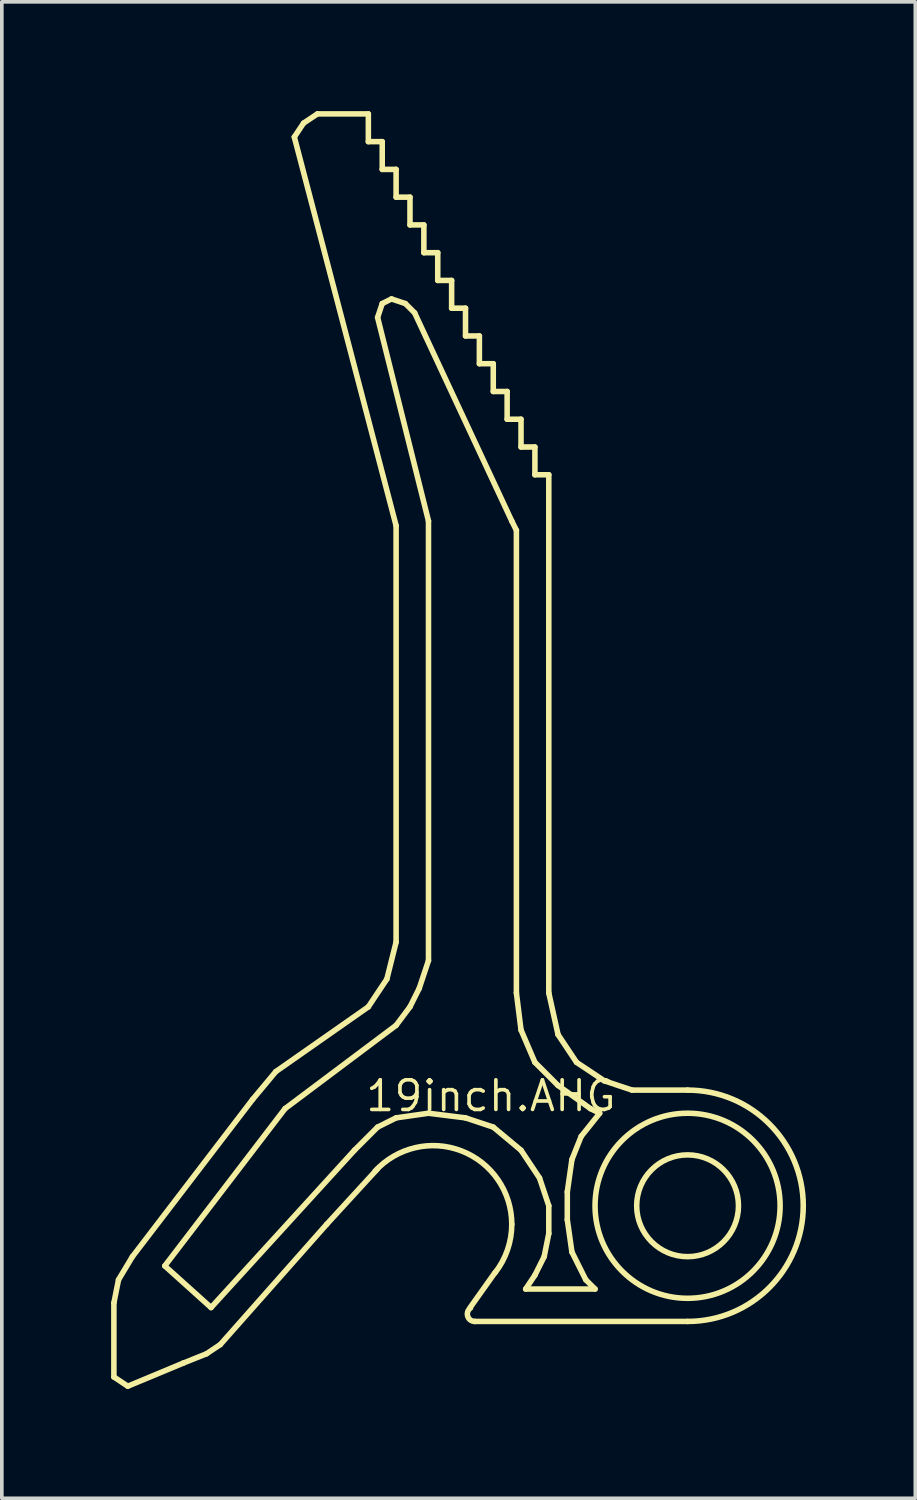
<source format=kicad_pcb>
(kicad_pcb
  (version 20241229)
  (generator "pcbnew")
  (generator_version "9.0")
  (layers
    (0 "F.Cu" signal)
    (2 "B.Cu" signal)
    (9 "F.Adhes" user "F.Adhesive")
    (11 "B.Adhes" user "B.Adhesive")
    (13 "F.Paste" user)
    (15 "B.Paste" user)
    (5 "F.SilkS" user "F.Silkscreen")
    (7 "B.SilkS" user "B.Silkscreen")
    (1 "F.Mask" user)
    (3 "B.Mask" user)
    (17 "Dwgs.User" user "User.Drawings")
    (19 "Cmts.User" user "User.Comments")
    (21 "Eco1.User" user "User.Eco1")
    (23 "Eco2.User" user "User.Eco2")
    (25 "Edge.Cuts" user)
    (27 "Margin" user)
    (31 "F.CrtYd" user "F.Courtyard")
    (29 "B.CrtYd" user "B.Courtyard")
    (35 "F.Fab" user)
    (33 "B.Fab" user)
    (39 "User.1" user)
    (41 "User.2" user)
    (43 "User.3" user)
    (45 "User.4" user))
  (footprint "19inch.AHG"
    (layer "F.Cu")
    (at 15.824 30.048)
    (property "Reference" "19inch.AHG" (at -8.89 -2.54 0) (layer "F.SilkS") (effects (font (size 0.813 0.813) (thickness 0.1)) (justify left bottom)))
    (fp_line (start -15.748 2.667) (end -15.621 2.032) (stroke (width 0.152) (type default)) (layer "F.SilkS"))
    (fp_line (start -15.748 4.699) (end -15.748 2.667) (stroke (width 0.152) (type default)) (layer "F.SilkS"))
    (fp_line (start -15.621 2.032) (end -15.24 1.397) (stroke (width 0.152) (type default)) (layer "F.SilkS"))
    (fp_line (start -15.367 4.953) (end -15.748 4.699) (stroke (width 0.152) (type default)) (layer "F.SilkS"))
    (fp_line (start -15.24 1.397) (end -11.938 -2.921) (stroke (width 0.152) (type default)) (layer "F.SilkS"))
    (fp_line (start -14.351 1.651) (end -11.049 -2.667) (stroke (width 0.152) (type default)) (layer "F.SilkS"))
    (fp_line (start -13.843 4.318) (end -15.367 4.953) (stroke (width 0.152) (type default)) (layer "F.SilkS"))
    (fp_line (start -13.208 4.064) (end -13.843 4.318) (stroke (width 0.152) (type default)) (layer "F.SilkS"))
    (fp_line (start -13.081 2.794) (end -14.351 1.651) (stroke (width 0.152) (type default)) (layer "F.SilkS"))
    (fp_line (start -13.081 2.794) (end -9.144 -1.524) (stroke (width 0.152) (type default)) (layer "F.SilkS"))
    (fp_line (start -12.827 3.81) (end -13.208 4.064) (stroke (width 0.152) (type default)) (layer "F.SilkS"))
    (fp_line (start -11.938 -2.921) (end -11.303 -3.683) (stroke (width 0.152) (type default)) (layer "F.SilkS"))
    (fp_line (start -11.303 -3.683) (end -8.763 -5.461) (stroke (width 0.152) (type default)) (layer "F.SilkS"))
    (fp_line (start -11.049 -2.667) (end -8.001 -4.953) (stroke (width 0.152) (type default)) (layer "F.SilkS"))
    (fp_line (start -10.795 -29.337) (end -8.001 -18.669) (stroke (width 0.152) (type default)) (layer "F.SilkS"))
    (fp_line (start -10.541 -29.718) (end -10.795 -29.337) (stroke (width 0.152) (type default)) (layer "F.SilkS"))
    (fp_line (start -10.16 -29.972) (end -10.541 -29.718) (stroke (width 0.152) (type default)) (layer "F.SilkS"))
    (fp_line (start -10.16 -29.972) (end -8.763 -29.972) (stroke (width 0.152) (type default)) (layer "F.SilkS"))
    (fp_line (start -9.906 0.508) (end -12.827 3.81) (stroke (width 0.152) (type default)) (layer "F.SilkS"))
    (fp_line (start -8.763 -29.972) (end -8.763 -29.21) (stroke (width 0.152) (type default)) (layer "F.SilkS"))
    (fp_line (start -8.763 -29.21) (end -8.382 -29.21) (stroke (width 0.152) (type default)) (layer "F.SilkS"))
    (fp_line (start -8.509 -24.384) (end -8.382 -24.765) (stroke (width 0.152) (type default)) (layer "F.SilkS"))
    (fp_line (start -8.509 -2.159) (end -9.144 -1.524) (stroke (width 0.152) (type default)) (layer "F.SilkS"))
    (fp_line (start -8.509 -1.016) (end -9.906 0.508) (stroke (width 0.152) (type default)) (layer "F.SilkS"))
    (fp_line (start -8.382 -29.21) (end -8.382 -28.448) (stroke (width 0.152) (type default)) (layer "F.SilkS"))
    (fp_line (start -8.382 -28.448) (end -8.001 -28.448) (stroke (width 0.152) (type default)) (layer "F.SilkS"))
    (fp_line (start -8.382 -24.765) (end -8.128 -24.892) (stroke (width 0.152) (type default)) (layer "F.SilkS"))
    (fp_line (start -8.255 -6.223) (end -8.763 -5.461) (stroke (width 0.152) (type default)) (layer "F.SilkS"))
    (fp_line (start -8.128 -24.892) (end -7.747 -24.765) (stroke (width 0.152) (type default)) (layer "F.SilkS"))
    (fp_line (start -8.001 -28.448) (end -8.001 -27.686) (stroke (width 0.152) (type default)) (layer "F.SilkS"))
    (fp_line (start -8.001 -27.686) (end -7.62 -27.686) (stroke (width 0.152) (type default)) (layer "F.SilkS"))
    (fp_line (start -8.001 -18.669) (end -8.001 -7.239) (stroke (width 0.152) (type default)) (layer "F.SilkS"))
    (fp_line (start -8.001 -7.239) (end -8.255 -6.223) (stroke (width 0.152) (type default)) (layer "F.SilkS"))
    (fp_line (start -8.001 -2.413) (end -8.509 -2.159) (stroke (width 0.152) (type default)) (layer "F.SilkS"))
    (fp_line (start -7.747 -24.765) (end -7.493 -24.511) (stroke (width 0.152) (type default)) (layer "F.SilkS"))
    (fp_line (start -7.62 -27.686) (end -7.62 -26.924) (stroke (width 0.152) (type default)) (layer "F.SilkS"))
    (fp_line (start -7.62 -26.924) (end -7.239 -26.924) (stroke (width 0.152) (type default)) (layer "F.SilkS"))
    (fp_line (start -7.62 -5.461) (end -8.001 -4.953) (stroke (width 0.152) (type default)) (layer "F.SilkS"))
    (fp_line (start -7.493 -24.511) (end -4.826 -18.796) (stroke (width 0.152) (type default)) (layer "F.SilkS"))
    (fp_line (start -7.366 -5.969) (end -7.62 -5.461) (stroke (width 0.152) (type default)) (layer "F.SilkS"))
    (fp_line (start -7.366 -5.969) (end -7.112 -6.731) (stroke (width 0.152) (type default)) (layer "F.SilkS"))
    (fp_line (start -7.239 -26.924) (end -7.239 -26.162) (stroke (width 0.152) (type default)) (layer "F.SilkS"))
    (fp_line (start -7.239 -26.162) (end -6.858 -26.162) (stroke (width 0.152) (type default)) (layer "F.SilkS"))
    (fp_line (start -7.112 -18.796) (end -8.509 -24.384) (stroke (width 0.152) (type default)) (layer "F.SilkS"))
    (fp_line (start -7.112 -6.731) (end -7.112 -18.796) (stroke (width 0.152) (type default)) (layer "F.SilkS"))
    (fp_line (start -7.112 -2.54) (end -8.001 -2.413) (stroke (width 0.152) (type default)) (layer "F.SilkS"))
    (fp_line (start -6.858 -26.162) (end -6.858 -25.4) (stroke (width 0.152) (type default)) (layer "F.SilkS"))
    (fp_line (start -6.858 -25.4) (end -6.477 -25.4) (stroke (width 0.152) (type default)) (layer "F.SilkS"))
    (fp_line (start -6.477 -25.4) (end -6.477 -24.638) (stroke (width 0.152) (type default)) (layer "F.SilkS"))
    (fp_line (start -6.477 -24.638) (end -6.096 -24.638) (stroke (width 0.152) (type default)) (layer "F.SilkS"))
    (fp_line (start -6.096 -24.638) (end -6.096 -23.876) (stroke (width 0.152) (type default)) (layer "F.SilkS"))
    (fp_line (start -6.096 -23.876) (end -5.715 -23.876) (stroke (width 0.152) (type default)) (layer "F.SilkS"))
    (fp_line (start -6.096 -2.413) (end -7.112 -2.54) (stroke (width 0.152) (type default)) (layer "F.SilkS"))
    (fp_line (start -5.969 2.794) (end -5.283 1.829) (stroke (width 0.152) (type default)) (layer "F.SilkS"))
    (fp_line (start -5.715 -23.876) (end -5.715 -23.114) (stroke (width 0.152) (type default)) (layer "F.SilkS"))
    (fp_line (start -5.715 -23.114) (end -5.334 -23.114) (stroke (width 0.152) (type default)) (layer "F.SilkS"))
    (fp_line (start -5.334 -23.114) (end -5.334 -22.352) (stroke (width 0.152) (type default)) (layer "F.SilkS"))
    (fp_line (start -5.334 -22.352) (end -4.953 -22.352) (stroke (width 0.152) (type default)) (layer "F.SilkS"))
    (fp_line (start -5.334 -2.159) (end -6.096 -2.413) (stroke (width 0.152) (type default)) (layer "F.SilkS"))
    (fp_line (start -4.953 -22.352) (end -4.953 -21.59) (stroke (width 0.152) (type default)) (layer "F.SilkS"))
    (fp_line (start -4.953 -21.59) (end -4.572 -21.59) (stroke (width 0.152) (type default)) (layer "F.SilkS"))
    (fp_line (start -4.826 -18.796) (end -4.699 -18.542) (stroke (width 0.152) (type default)) (layer "F.SilkS"))
    (fp_line (start -4.699 -18.542) (end -4.699 -5.842) (stroke (width 0.152) (type default)) (layer "F.SilkS"))
    (fp_line (start -4.699 -5.842) (end -4.572 -4.826) (stroke (width 0.152) (type default)) (layer "F.SilkS"))
    (fp_line (start -4.572 -21.59) (end -4.572 -20.828) (stroke (width 0.152) (type default)) (layer "F.SilkS"))
    (fp_line (start -4.572 -20.828) (end -4.191 -20.828) (stroke (width 0.152) (type default)) (layer "F.SilkS"))
    (fp_line (start -4.572 -4.826) (end -4.191 -3.937) (stroke (width 0.152) (type default)) (layer "F.SilkS"))
    (fp_line (start -4.572 -1.524) (end -5.334 -2.159) (stroke (width 0.152) (type default)) (layer "F.SilkS"))
    (fp_line (start -4.445 2.286) (end -4.191 1.905) (stroke (width 0.152) (type default)) (layer "F.SilkS"))
    (fp_line (start -4.191 -20.828) (end -4.191 -20.066) (stroke (width 0.152) (type default)) (layer "F.SilkS"))
    (fp_line (start -4.191 -20.066) (end -3.81 -20.066) (stroke (width 0.152) (type default)) (layer "F.SilkS"))
    (fp_line (start -4.191 -3.937) (end -3.556 -3.302) (stroke (width 0.152) (type default)) (layer "F.SilkS"))
    (fp_line (start -4.191 1.905) (end -3.937 1.397) (stroke (width 0.152) (type default)) (layer "F.SilkS"))
    (fp_line (start -4.064 -0.762) (end -4.572 -1.524) (stroke (width 0.152) (type default)) (layer "F.SilkS"))
    (fp_line (start -3.937 1.397) (end -3.81 0.762) (stroke (width 0.152) (type default)) (layer "F.SilkS"))
    (fp_line (start -3.81 -20.066) (end -3.81 -5.842) (stroke (width 0.152) (type default)) (layer "F.SilkS"))
    (fp_line (start -3.81 -5.842) (end -3.556 -4.699) (stroke (width 0.152) (type default)) (layer "F.SilkS"))
    (fp_line (start -3.81 0) (end -4.064 -0.762) (stroke (width 0.152) (type default)) (layer "F.SilkS"))
    (fp_line (start -3.81 0.762) (end -3.81 0) (stroke (width 0.152) (type default)) (layer "F.SilkS"))
    (fp_line (start -3.556 -4.699) (end -3.048 -3.937) (stroke (width 0.152) (type default)) (layer "F.SilkS"))
    (fp_line (start -3.556 -3.302) (end -2.667 -2.667) (stroke (width 0.152) (type default)) (layer "F.SilkS"))
    (fp_line (start -3.302 -0.381) (end -3.302 0.381) (stroke (width 0.152) (type default)) (layer "F.SilkS"))
    (fp_line (start -3.302 0.381) (end -3.175 1.27) (stroke (width 0.152) (type default)) (layer "F.SilkS"))
    (fp_line (start -3.175 -1.27) (end -3.302 -0.381) (stroke (width 0.152) (type default)) (layer "F.SilkS"))
    (fp_line (start -3.175 1.27) (end -2.794 2.032) (stroke (width 0.152) (type default)) (layer "F.SilkS"))
    (fp_line (start -3.048 -3.937) (end -2.286 -3.429) (stroke (width 0.152) (type default)) (layer "F.SilkS"))
    (fp_line (start -2.921 -1.905) (end -3.175 -1.27) (stroke (width 0.152) (type default)) (layer "F.SilkS"))
    (fp_line (start -2.794 2.032) (end -2.54 2.286) (stroke (width 0.152) (type default)) (layer "F.SilkS"))
    (fp_line (start -2.667 -2.667) (end -2.413 -2.54) (stroke (width 0.152) (type default)) (layer "F.SilkS"))
    (fp_line (start -2.54 2.286) (end -4.445 2.286) (stroke (width 0.152) (type default)) (layer "F.SilkS"))
    (fp_line (start -2.413 -2.54) (end -2.921 -1.905) (stroke (width 0.152) (type default)) (layer "F.SilkS"))
    (fp_line (start -2.286 -3.429) (end -1.524 -3.175) (stroke (width 0.152) (type default)) (layer "F.SilkS"))
    (fp_line (start -1.524 -3.175) (end 0 -3.175) (stroke (width 0.152) (type default)) (layer "F.SilkS"))
    (fp_line (start 0 3.175) (end -5.842 3.175) (stroke (width 0.152) (type default)) (layer "F.SilkS"))
    (fp_arc (start -8.5825 -0.9443) (mid -6.206294 -1.505872) (end -4.8257 0.508) (stroke (width 0.1524) (type default)) (layer "F.SilkS"))
    (fp_arc (start -5.842 3.1749) (mid -6.035481 3.033734) (end -5.9601 2.8064) (stroke (width 0.1524) (type default)) (layer "F.SilkS"))
    (fp_arc (start -4.8259 0.508) (mid -4.942818 1.208684) (end -5.2808 1.8335) (stroke (width 0.1524) (type default)) (layer "F.SilkS"))
    (fp_arc (start 0 -3.175) (mid 3.175 0) (end 0 3.175) (stroke (width 0.1524) (type default)) (layer "F.SilkS"))
    (fp_circle (center 0 0) (end 1.397 0) (stroke (width 0.152) (type default)) (fill no) (layer "F.SilkS"))
    (fp_circle (center 0 0) (end 2.54 0) (stroke (width 0.152) (type default)) (fill no) (layer "F.SilkS")))
  (gr_rect
    (start -3 -3)
    (end 22.075 38.077)
    (stroke (width 0.1) (type default))
    (fill no)
    (layer "Edge.Cuts")))
</source>
